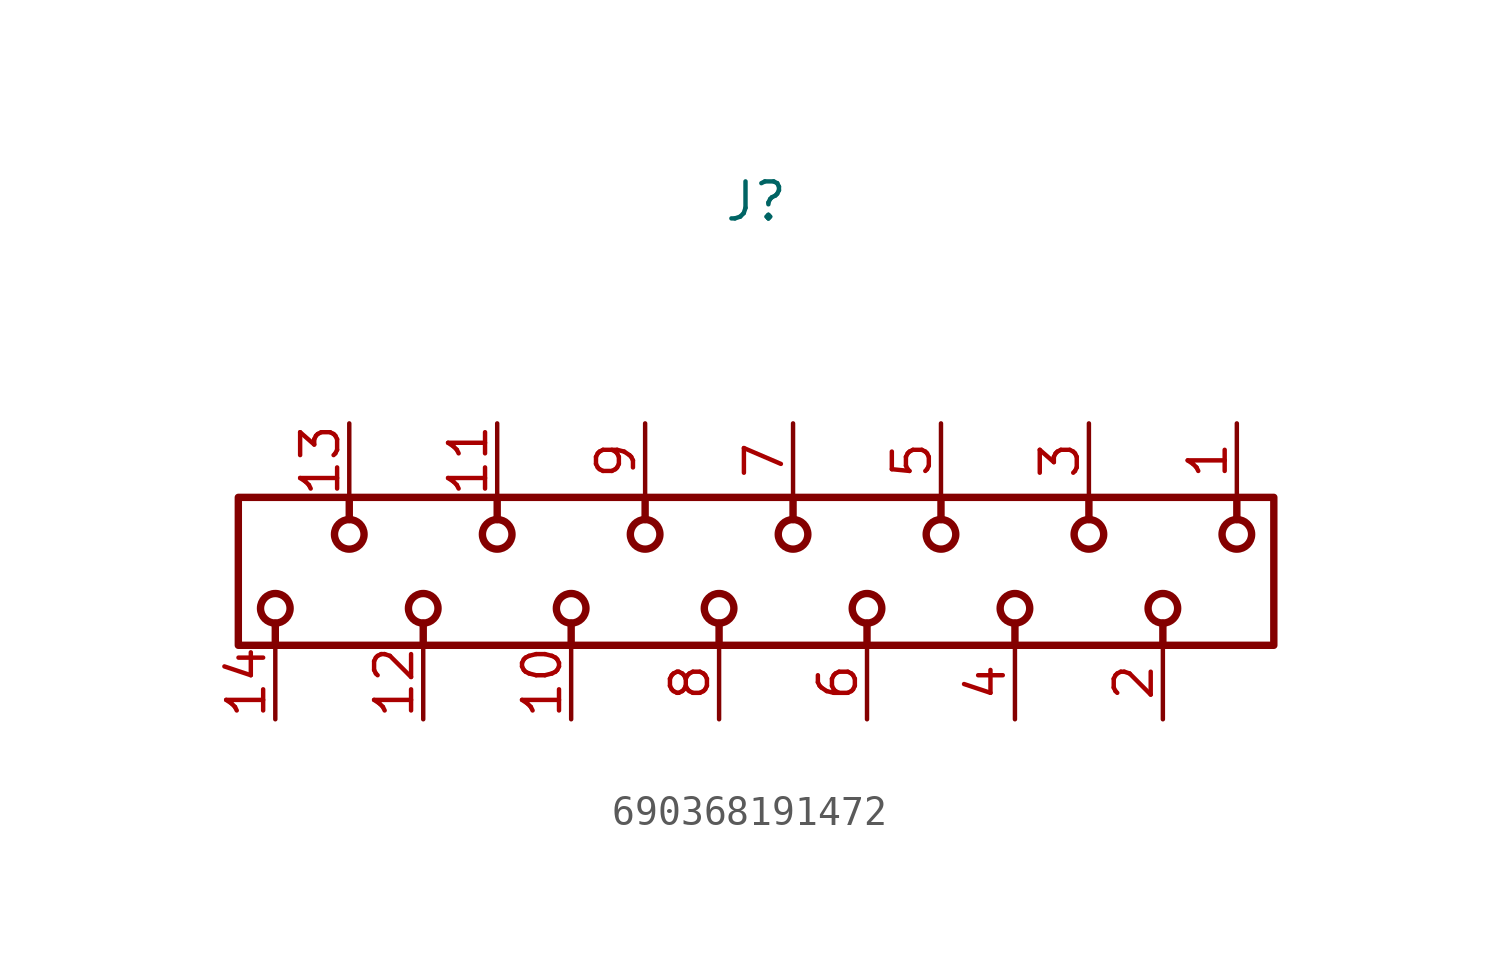
<source format=kicad_sym>
(kicad_symbol_lib
  (version 20241209)
  (generator "kicad_symbol_editor")
  (generator_version "9.0")
  (symbol "690368191472"
    (pin_names
      (hide yes))
    (property "Reference" "J"
      (at 0 12.7 0)
      (effects (font (size 1.27 1.27))))
    (symbol "690368191472_1_1"
      (rectangle (start -17.78 2.54) (end 17.78 -2.54) (stroke (width 0.254) (type solid)) (fill (type none)))
      (circle (center -16.51 -1.27) (radius 0.508) (stroke (width 0.254) (type solid)) (fill (type none)))
      (polyline (pts (xy -16.51 -1.778) (xy -16.51 -2.54)) (stroke (width 0.254) (type solid)) (fill (type none)))
      (polyline (pts (xy -13.97 1.778) (xy -13.97 2.54)) (stroke (width 0.254) (type solid)) (fill (type none)))
      (circle (center -13.97 1.27) (radius 0.508) (stroke (width 0.254) (type solid)) (fill (type none)))
      (circle (center -11.43 -1.27) (radius 0.508) (stroke (width 0.254) (type solid)) (fill (type none)))
      (polyline (pts (xy -11.43 -1.778) (xy -11.43 -2.54)) (stroke (width 0.254) (type solid)) (fill (type none)))
      (polyline (pts (xy -8.89 1.778) (xy -8.89 2.54)) (stroke (width 0.254) (type solid)) (fill (type none)))
      (circle (center -8.89 1.27) (radius 0.508) (stroke (width 0.254) (type solid)) (fill (type none)))
      (circle (center -6.35 -1.27) (radius 0.508) (stroke (width 0.254) (type solid)) (fill (type none)))
      (polyline (pts (xy -6.35 -1.778) (xy -6.35 -2.54)) (stroke (width 0.254) (type solid)) (fill (type none)))
      (polyline (pts (xy -3.81 1.778) (xy -3.81 2.54)) (stroke (width 0.254) (type solid)) (fill (type none)))
      (circle (center -3.81 1.27) (radius 0.508) (stroke (width 0.254) (type solid)) (fill (type none)))
      (circle (center -1.27 -1.27) (radius 0.508) (stroke (width 0.254) (type solid)) (fill (type none)))
      (polyline (pts (xy -1.27 -1.778) (xy -1.27 -2.54)) (stroke (width 0.254) (type solid)) (fill (type none)))
      (polyline (pts (xy 1.27 1.778) (xy 1.27 2.54)) (stroke (width 0.254) (type solid)) (fill (type none)))
      (circle (center 1.27 1.27) (radius 0.508) (stroke (width 0.254) (type solid)) (fill (type none)))
      (circle (center 3.81 -1.27) (radius 0.508) (stroke (width 0.254) (type solid)) (fill (type none)))
      (polyline (pts (xy 3.81 -1.778) (xy 3.81 -2.54)) (stroke (width 0.254) (type solid)) (fill (type none)))
      (polyline (pts (xy 6.35 1.778) (xy 6.35 2.54)) (stroke (width 0.254) (type solid)) (fill (type none)))
      (circle (center 6.35 1.27) (radius 0.508) (stroke (width 0.254) (type solid)) (fill (type none)))
      (circle (center 8.89 -1.27) (radius 0.508) (stroke (width 0.254) (type solid)) (fill (type none)))
      (polyline (pts (xy 8.89 -1.778) (xy 8.89 -2.54)) (stroke (width 0.254) (type solid)) (fill (type none)))
      (polyline (pts (xy 11.43 1.778) (xy 11.43 2.54)) (stroke (width 0.254) (type solid)) (fill (type none)))
      (circle (center 11.43 1.27) (radius 0.508) (stroke (width 0.254) (type solid)) (fill (type none)))
      (circle (center 13.97 -1.27) (radius 0.508) (stroke (width 0.254) (type solid)) (fill (type none)))
      (polyline (pts (xy 13.97 -1.778) (xy 13.97 -2.54)) (stroke (width 0.254) (type solid)) (fill (type none)))
      (polyline (pts (xy 16.51 1.778) (xy 16.51 2.54)) (stroke (width 0.254) (type solid)) (fill (type none)))
      (circle (center 16.51 1.27) (radius 0.508) (stroke (width 0.254) (type solid)) (fill (type none)))
      (pin passive line (at -16.51 -5.08 90) (length 2.54) (name "14" (effects (font (size 1.27 1.27)))) (number "14" (effects (font (size 1.27 1.27)))))
      (pin passive line (at -13.97 5.08 270) (length 2.54) (name "13" (effects (font (size 1.27 1.27)))) (number "13" (effects (font (size 1.27 1.27)))))
      (pin passive line (at -11.43 -5.08 90) (length 2.54) (name "12" (effects (font (size 1.27 1.27)))) (number "12" (effects (font (size 1.27 1.27)))))
      (pin passive line (at -8.89 5.08 270) (length 2.54) (name "11" (effects (font (size 1.27 1.27)))) (number "11" (effects (font (size 1.27 1.27)))))
      (pin passive line (at -6.35 -5.08 90) (length 2.54) (name "10" (effects (font (size 1.27 1.27)))) (number "10" (effects (font (size 1.27 1.27)))))
      (pin passive line (at -3.81 5.08 270) (length 2.54) (name "9" (effects (font (size 1.27 1.27)))) (number "9" (effects (font (size 1.27 1.27)))))
      (pin passive line (at -1.27 -5.08 90) (length 2.54) (name "8" (effects (font (size 1.27 1.27)))) (number "8" (effects (font (size 1.27 1.27)))))
      (pin passive line (at 1.27 5.08 270) (length 2.54) (name "7" (effects (font (size 1.27 1.27)))) (number "7" (effects (font (size 1.27 1.27)))))
      (pin passive line (at 3.81 -5.08 90) (length 2.54) (name "6" (effects (font (size 1.27 1.27)))) (number "6" (effects (font (size 1.27 1.27)))))
      (pin passive line (at 6.35 5.08 270) (length 2.54) (name "5" (effects (font (size 1.27 1.27)))) (number "5" (effects (font (size 1.27 1.27)))))
      (pin passive line (at 8.89 -5.08 90) (length 2.54) (name "4" (effects (font (size 1.27 1.27)))) (number "4" (effects (font (size 1.27 1.27)))))
      (pin passive line (at 11.43 5.08 270) (length 2.54) (name "3" (effects (font (size 1.27 1.27)))) (number "3" (effects (font (size 1.27 1.27)))))
      (pin passive line (at 13.97 -5.08 90) (length 2.54) (name "2" (effects (font (size 1.27 1.27)))) (number "2" (effects (font (size 1.27 1.27)))))
      (pin passive line (at 16.51 5.08 270) (length 2.54) (name "1" (effects (font (size 1.27 1.27)))) (number "1" (effects (font (size 1.27 1.27))))))))
</source>
